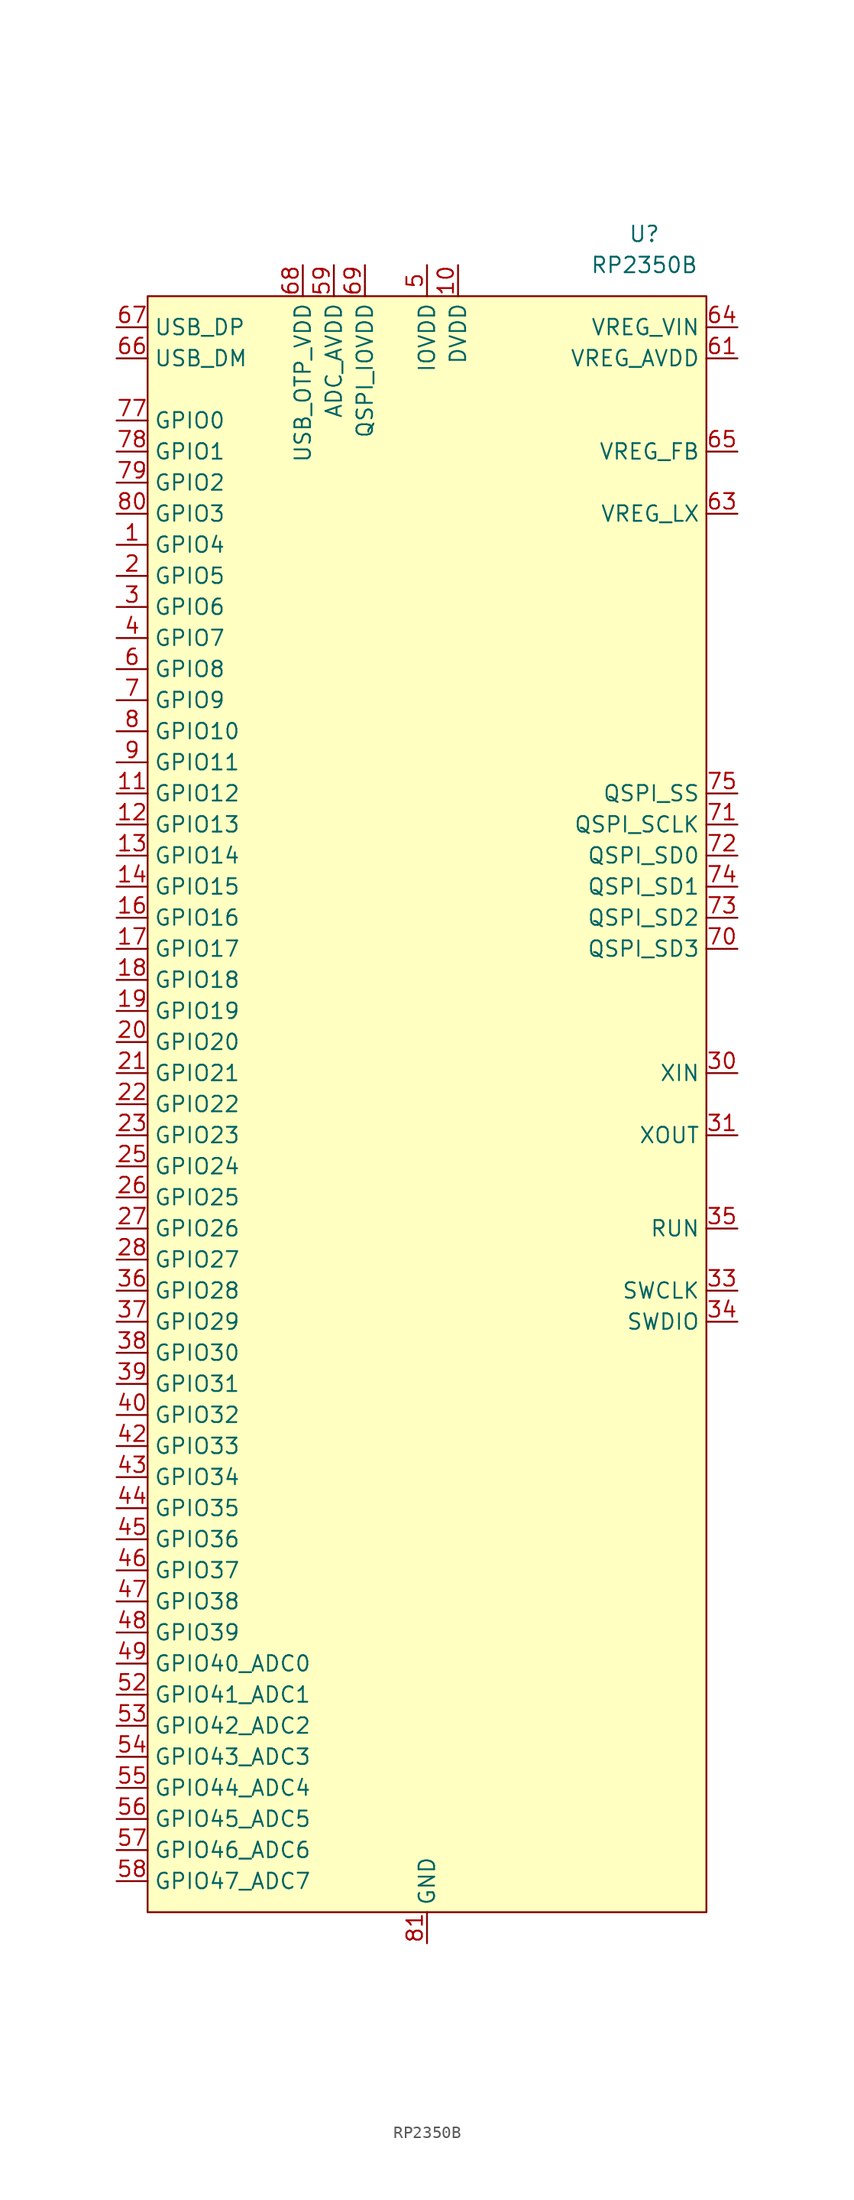
<source format=kicad_sym>
(kicad_symbol_lib
  (version 20231120)
  (generator "kicad_symbol_editor")
  (generator_version "8.0")
  (symbol "RP2350B"
    (property "Reference" "U"
      (at 17.78 71.12 0)
      (effects (font (size 1.27 1.27))))
    (property "Value" "RP2350B"
      (at 17.78 68.58 0)
      (effects (font (size 1.27 1.27))))
    (symbol "RP2350B_0_0"
      (pin bidirectional line (at -25.4 45.72 0) (length 2.54) (name "GPIO4" (effects (font (size 1.27 1.27)))) (number "1" (effects (font (size 1.27 1.27)))))
      (pin power_in line (at 2.54 68.58 270) (length 2.54) (name "DVDD" (effects (font (size 1.27 1.27)))) (number "10" (effects (font (size 1.27 1.27)))))
      (pin bidirectional line (at -25.4 25.4 0) (length 2.54) (name "GPIO12" (effects (font (size 1.27 1.27)))) (number "11" (effects (font (size 1.27 1.27)))))
      (pin bidirectional line (at -25.4 22.86 0) (length 2.54) (name "GPIO13" (effects (font (size 1.27 1.27)))) (number "12" (effects (font (size 1.27 1.27)))))
      (pin bidirectional line (at -25.4 20.32 0) (length 2.54) (name "GPIO14" (effects (font (size 1.27 1.27)))) (number "13" (effects (font (size 1.27 1.27)))))
      (pin bidirectional line (at -25.4 17.78 0) (length 2.54) (name "GPIO15" (effects (font (size 1.27 1.27)))) (number "14" (effects (font (size 1.27 1.27)))))
      (pin passive line (at 0 68.58 270) (length 2.54) hide (name "IOVDD" (effects (font (size 1.27 1.27)))) (number "15" (effects (font (size 1.27 1.27)))))
      (pin bidirectional line (at -25.4 15.24 0) (length 2.54) (name "GPIO16" (effects (font (size 1.27 1.27)))) (number "16" (effects (font (size 1.27 1.27)))))
      (pin bidirectional line (at -25.4 12.7 0) (length 2.54) (name "GPIO17" (effects (font (size 1.27 1.27)))) (number "17" (effects (font (size 1.27 1.27)))))
      (pin bidirectional line (at -25.4 10.16 0) (length 2.54) (name "GPIO18" (effects (font (size 1.27 1.27)))) (number "18" (effects (font (size 1.27 1.27)))))
      (pin bidirectional line (at -25.4 7.62 0) (length 2.54) (name "GPIO19" (effects (font (size 1.27 1.27)))) (number "19" (effects (font (size 1.27 1.27)))))
      (pin bidirectional line (at -25.4 43.18 0) (length 2.54) (name "GPIO5" (effects (font (size 1.27 1.27)))) (number "2" (effects (font (size 1.27 1.27)))))
      (pin bidirectional line (at -25.4 5.08 0) (length 2.54) (name "GPIO20" (effects (font (size 1.27 1.27)))) (number "20" (effects (font (size 1.27 1.27)))))
      (pin bidirectional line (at -25.4 2.54 0) (length 2.54) (name "GPIO21" (effects (font (size 1.27 1.27)))) (number "21" (effects (font (size 1.27 1.27)))))
      (pin bidirectional line (at -25.4 0 0) (length 2.54) (name "GPIO22" (effects (font (size 1.27 1.27)))) (number "22" (effects (font (size 1.27 1.27)))))
      (pin bidirectional line (at -25.4 -2.54 0) (length 2.54) (name "GPIO23" (effects (font (size 1.27 1.27)))) (number "23" (effects (font (size 1.27 1.27)))))
      (pin passive line (at 0 68.58 270) (length 2.54) hide (name "IOVDD" (effects (font (size 1.27 1.27)))) (number "24" (effects (font (size 1.27 1.27)))))
      (pin bidirectional line (at -25.4 -5.08 0) (length 2.54) (name "GPIO24" (effects (font (size 1.27 1.27)))) (number "25" (effects (font (size 1.27 1.27)))))
      (pin bidirectional line (at -25.4 -7.62 0) (length 2.54) (name "GPIO25" (effects (font (size 1.27 1.27)))) (number "26" (effects (font (size 1.27 1.27)))))
      (pin bidirectional line (at -25.4 -10.16 0) (length 2.54) (name "GPIO26" (effects (font (size 1.27 1.27)))) (number "27" (effects (font (size 1.27 1.27)))))
      (pin bidirectional line (at -25.4 -12.7 0) (length 2.54) (name "GPIO27" (effects (font (size 1.27 1.27)))) (number "28" (effects (font (size 1.27 1.27)))))
      (pin passive line (at 0 68.58 270) (length 2.54) hide (name "IOVDD" (effects (font (size 1.27 1.27)))) (number "29" (effects (font (size 1.27 1.27)))))
      (pin bidirectional line (at -25.4 40.64 0) (length 2.54) (name "GPIO6" (effects (font (size 1.27 1.27)))) (number "3" (effects (font (size 1.27 1.27)))))
      (pin input line (at 25.4 2.54 180) (length 2.54) (name "XIN" (effects (font (size 1.27 1.27)))) (number "30" (effects (font (size 1.27 1.27)))))
      (pin output line (at 25.4 -2.54 180) (length 2.54) (name "XOUT" (effects (font (size 1.27 1.27)))) (number "31" (effects (font (size 1.27 1.27)))))
      (pin passive line (at 2.54 68.58 270) (length 2.54) hide (name "DVDD" (effects (font (size 1.27 1.27)))) (number "32" (effects (font (size 1.27 1.27)))))
      (pin input line (at 25.4 -15.24 180) (length 2.54) (name "SWCLK" (effects (font (size 1.27 1.27)))) (number "33" (effects (font (size 1.27 1.27)))))
      (pin bidirectional line (at 25.4 -17.78 180) (length 2.54) (name "SWDIO" (effects (font (size 1.27 1.27)))) (number "34" (effects (font (size 1.27 1.27)))))
      (pin input line (at 25.4 -10.16 180) (length 2.54) (name "RUN" (effects (font (size 1.27 1.27)))) (number "35" (effects (font (size 1.27 1.27)))))
      (pin bidirectional line (at -25.4 -15.24 0) (length 2.54) (name "GPIO28" (effects (font (size 1.27 1.27)))) (number "36" (effects (font (size 1.27 1.27)))))
      (pin bidirectional line (at -25.4 -17.78 0) (length 2.54) (name "GPIO29" (effects (font (size 1.27 1.27)))) (number "37" (effects (font (size 1.27 1.27)))))
      (pin bidirectional line (at -25.4 -20.32 0) (length 2.54) (name "GPIO30" (effects (font (size 1.27 1.27)))) (number "38" (effects (font (size 1.27 1.27)))))
      (pin bidirectional line (at -25.4 -22.86 0) (length 2.54) (name "GPIO31" (effects (font (size 1.27 1.27)))) (number "39" (effects (font (size 1.27 1.27)))))
      (pin bidirectional line (at -25.4 38.1 0) (length 2.54) (name "GPIO7" (effects (font (size 1.27 1.27)))) (number "4" (effects (font (size 1.27 1.27)))))
      (pin bidirectional line (at -25.4 -25.4 0) (length 2.54) (name "GPIO32" (effects (font (size 1.27 1.27)))) (number "40" (effects (font (size 1.27 1.27)))))
      (pin passive line (at 0 68.58 270) (length 2.54) hide (name "IOVDD" (effects (font (size 1.27 1.27)))) (number "41" (effects (font (size 1.27 1.27)))))
      (pin bidirectional line (at -25.4 -27.94 0) (length 2.54) (name "GPIO33" (effects (font (size 1.27 1.27)))) (number "42" (effects (font (size 1.27 1.27)))))
      (pin bidirectional line (at -25.4 -30.48 0) (length 2.54) (name "GPIO34" (effects (font (size 1.27 1.27)))) (number "43" (effects (font (size 1.27 1.27)))))
      (pin bidirectional line (at -25.4 -33.02 0) (length 2.54) (name "GPIO35" (effects (font (size 1.27 1.27)))) (number "44" (effects (font (size 1.27 1.27)))))
      (pin bidirectional line (at -25.4 -35.56 0) (length 2.54) (name "GPIO36" (effects (font (size 1.27 1.27)))) (number "45" (effects (font (size 1.27 1.27)))))
      (pin bidirectional line (at -25.4 -38.1 0) (length 2.54) (name "GPIO37" (effects (font (size 1.27 1.27)))) (number "46" (effects (font (size 1.27 1.27)))))
      (pin bidirectional line (at -25.4 -40.64 0) (length 2.54) (name "GPIO38" (effects (font (size 1.27 1.27)))) (number "47" (effects (font (size 1.27 1.27)))))
      (pin bidirectional line (at -25.4 -43.18 0) (length 2.54) (name "GPIO39" (effects (font (size 1.27 1.27)))) (number "48" (effects (font (size 1.27 1.27)))))
      (pin bidirectional line (at -25.4 -45.72 0) (length 2.54) (name "GPIO40_ADC0" (effects (font (size 1.27 1.27)))) (number "49" (effects (font (size 1.27 1.27)))))
      (pin power_in line (at 0 68.58 270) (length 2.54) (name "IOVDD" (effects (font (size 1.27 1.27)))) (number "5" (effects (font (size 1.27 1.27)))))
      (pin passive line (at 0 68.58 270) (length 2.54) hide (name "IOVDD" (effects (font (size 1.27 1.27)))) (number "50" (effects (font (size 1.27 1.27)))))
      (pin passive line (at 2.54 68.58 270) (length 2.54) hide (name "DVDD" (effects (font (size 1.27 1.27)))) (number "51" (effects (font (size 1.27 1.27)))))
      (pin bidirectional line (at -25.4 -48.26 0) (length 2.54) (name "GPIO41_ADC1" (effects (font (size 1.27 1.27)))) (number "52" (effects (font (size 1.27 1.27)))))
      (pin bidirectional line (at -25.4 -50.8 0) (length 2.54) (name "GPIO42_ADC2" (effects (font (size 1.27 1.27)))) (number "53" (effects (font (size 1.27 1.27)))))
      (pin bidirectional line (at -25.4 -53.34 0) (length 2.54) (name "GPIO43_ADC3" (effects (font (size 1.27 1.27)))) (number "54" (effects (font (size 1.27 1.27)))))
      (pin bidirectional line (at -25.4 -55.88 0) (length 2.54) (name "GPIO44_ADC4" (effects (font (size 1.27 1.27)))) (number "55" (effects (font (size 1.27 1.27)))))
      (pin bidirectional line (at -25.4 -58.42 0) (length 2.54) (name "GPIO45_ADC5" (effects (font (size 1.27 1.27)))) (number "56" (effects (font (size 1.27 1.27)))))
      (pin bidirectional line (at -25.4 -60.96 0) (length 2.54) (name "GPIO46_ADC6" (effects (font (size 1.27 1.27)))) (number "57" (effects (font (size 1.27 1.27)))))
      (pin bidirectional line (at -25.4 -63.5 0) (length 2.54) (name "GPIO47_ADC7" (effects (font (size 1.27 1.27)))) (number "58" (effects (font (size 1.27 1.27)))))
      (pin power_in line (at -7.62 68.58 270) (length 2.54) (name "ADC_AVDD" (effects (font (size 1.27 1.27)))) (number "59" (effects (font (size 1.27 1.27)))))
      (pin bidirectional line (at -25.4 35.56 0) (length 2.54) (name "GPIO8" (effects (font (size 1.27 1.27)))) (number "6" (effects (font (size 1.27 1.27)))))
      (pin passive line (at 0 68.58 270) (length 2.54) hide (name "IOVDD" (effects (font (size 1.27 1.27)))) (number "60" (effects (font (size 1.27 1.27)))))
      (pin power_in line (at 25.4 60.96 180) (length 2.54) (name "VREG_AVDD" (effects (font (size 1.27 1.27)))) (number "61" (effects (font (size 1.27 1.27)))))
      (pin passive line (at 25.4 48.26 180) (length 2.54) (name "VREG_LX" (effects (font (size 1.27 1.27)))) (number "63" (effects (font (size 1.27 1.27)))))
      (pin power_in line (at 25.4 63.5 180) (length 2.54) (name "VREG_VIN" (effects (font (size 1.27 1.27)))) (number "64" (effects (font (size 1.27 1.27)))))
      (pin passive line (at 25.4 53.34 180) (length 2.54) (name "VREG_FB" (effects (font (size 1.27 1.27)))) (number "65" (effects (font (size 1.27 1.27)))))
      (pin bidirectional line (at -25.4 60.96 0) (length 2.54) (name "USB_DM" (effects (font (size 1.27 1.27)))) (number "66" (effects (font (size 1.27 1.27)))))
      (pin bidirectional line (at -25.4 63.5 0) (length 2.54) (name "USB_DP" (effects (font (size 1.27 1.27)))) (number "67" (effects (font (size 1.27 1.27)))))
      (pin power_in line (at -10.16 68.58 270) (length 2.54) (name "USB_OTP_VDD" (effects (font (size 1.27 1.27)))) (number "68" (effects (font (size 1.27 1.27)))))
      (pin power_in line (at -5.08 68.58 270) (length 2.54) (name "QSPI_IOVDD" (effects (font (size 1.27 1.27)))) (number "69" (effects (font (size 1.27 1.27)))))
      (pin bidirectional line (at -25.4 33.02 0) (length 2.54) (name "GPIO9" (effects (font (size 1.27 1.27)))) (number "7" (effects (font (size 1.27 1.27)))))
      (pin bidirectional line (at 25.4 12.7 180) (length 2.54) (name "QSPI_SD3" (effects (font (size 1.27 1.27)))) (number "70" (effects (font (size 1.27 1.27)))))
      (pin bidirectional line (at 25.4 22.86 180) (length 2.54) (name "QSPI_SCLK" (effects (font (size 1.27 1.27)))) (number "71" (effects (font (size 1.27 1.27)))))
      (pin bidirectional line (at 25.4 20.32 180) (length 2.54) (name "QSPI_SD0" (effects (font (size 1.27 1.27)))) (number "72" (effects (font (size 1.27 1.27)))))
      (pin bidirectional line (at 25.4 15.24 180) (length 2.54) (name "QSPI_SD2" (effects (font (size 1.27 1.27)))) (number "73" (effects (font (size 1.27 1.27)))))
      (pin bidirectional line (at 25.4 17.78 180) (length 2.54) (name "QSPI_SD1" (effects (font (size 1.27 1.27)))) (number "74" (effects (font (size 1.27 1.27)))))
      (pin bidirectional line (at 25.4 25.4 180) (length 2.54) (name "QSPI_SS" (effects (font (size 1.27 1.27)))) (number "75" (effects (font (size 1.27 1.27)))))
      (pin passive line (at 0 68.58 270) (length 2.54) hide (name "IOVDD" (effects (font (size 1.27 1.27)))) (number "76" (effects (font (size 1.27 1.27)))))
      (pin bidirectional line (at -25.4 55.88 0) (length 2.54) (name "GPIO0" (effects (font (size 1.27 1.27)))) (number "77" (effects (font (size 1.27 1.27)))))
      (pin bidirectional line (at -25.4 53.34 0) (length 2.54) (name "GPIO1" (effects (font (size 1.27 1.27)))) (number "78" (effects (font (size 1.27 1.27)))))
      (pin bidirectional line (at -25.4 50.8 0) (length 2.54) (name "GPIO2" (effects (font (size 1.27 1.27)))) (number "79" (effects (font (size 1.27 1.27)))))
      (pin bidirectional line (at -25.4 30.48 0) (length 2.54) (name "GPIO10" (effects (font (size 1.27 1.27)))) (number "8" (effects (font (size 1.27 1.27)))))
      (pin bidirectional line (at -25.4 48.26 0) (length 2.54) (name "GPIO3" (effects (font (size 1.27 1.27)))) (number "80" (effects (font (size 1.27 1.27)))))
      (pin bidirectional line (at -25.4 27.94 0) (length 2.54) (name "GPIO11" (effects (font (size 1.27 1.27)))) (number "9" (effects (font (size 1.27 1.27))))))
    (symbol "RP2350B_1_0"
      (pin passive line (at 0 -68.58 90) (length 2.54) hide (name "VREG_PGND" (effects (font (size 1.27 1.27)))) (number "62" (effects (font (size 1.27 1.27)))))
      (pin power_in line (at 0 -68.58 90) (length 2.54) (name "GND" (effects (font (size 1.27 1.27)))) (number "81" (effects (font (size 1.27 1.27))))))
    (symbol "RP2350B_1_1"
      (rectangle (start -22.86 66.04) (end 22.86 -66.04) (stroke (width 0) (type default)) (fill (type background))))))
</source>
